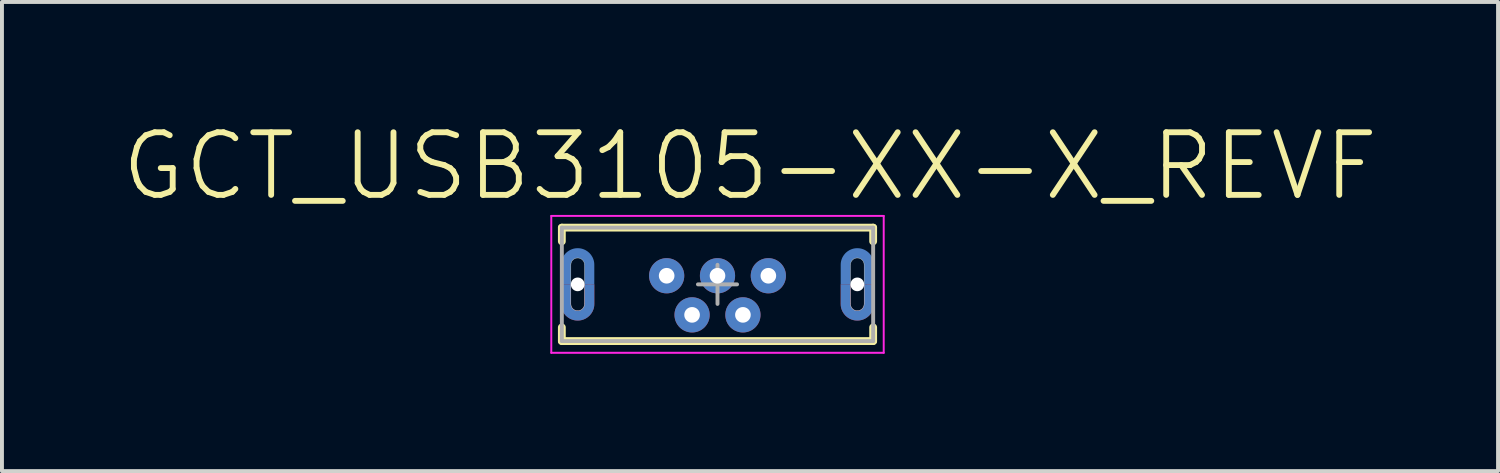
<source format=kicad_pcb>
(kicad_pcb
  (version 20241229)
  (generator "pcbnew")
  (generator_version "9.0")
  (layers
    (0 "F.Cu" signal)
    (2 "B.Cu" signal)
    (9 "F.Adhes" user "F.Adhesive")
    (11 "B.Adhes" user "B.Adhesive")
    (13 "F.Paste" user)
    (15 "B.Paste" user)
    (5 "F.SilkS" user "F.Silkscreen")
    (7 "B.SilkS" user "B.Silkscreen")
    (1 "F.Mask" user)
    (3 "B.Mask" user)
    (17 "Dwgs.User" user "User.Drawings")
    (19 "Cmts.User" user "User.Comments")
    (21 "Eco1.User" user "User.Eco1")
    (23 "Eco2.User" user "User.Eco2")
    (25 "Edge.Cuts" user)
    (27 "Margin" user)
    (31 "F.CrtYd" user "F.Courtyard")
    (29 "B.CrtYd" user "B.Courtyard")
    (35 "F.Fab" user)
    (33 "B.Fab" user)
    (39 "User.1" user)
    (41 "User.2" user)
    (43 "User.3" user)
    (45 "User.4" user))
  (footprint "GCT_USB3105-XX-X_REVF"
    (layer "F.Cu")
    (at 15.296 4.221)
    (property "Reference" "GCT_USB3105-XX-X_REVF" (at 0.831 -3.021 0) (layer "F.SilkS") (effects (font (size 1.602 1.602) (thickness 0.15))))
    (attr through_hole)
    (fp_poly (pts (xy -4.103 -1.025) (xy -3.05 -1.025) (xy -3.05 1.026) (xy -4.103 1.026)) (stroke (width 0.01) (type solid)) (fill yes) (layer "F.Mask"))
    (fp_poly (pts (xy 3.052 -1.025) (xy 4.1 -1.025) (xy 4.1 1.026) (xy 3.052 1.026)) (stroke (width 0.01) (type solid)) (fill yes) (layer "F.Mask"))
    (fp_poly (pts (xy -3.75 0) (xy -4 0) (xy -4 0.5) (xy -3.999 0.522) (xy -3.998 0.544) (xy -3.995 0.566) (xy -3.991 0.588) (xy -3.986 0.61) (xy -3.979 0.631) (xy -3.972 0.652) (xy -3.963 0.673) (xy -3.954 0.693) (xy -3.943 0.713) (xy -3.931 0.731) (xy -3.919 0.75) (xy -3.905 0.767) (xy -3.891 0.784) (xy -3.876 0.801) (xy -3.859 0.816) (xy -3.842 0.83) (xy -3.825 0.844) (xy -3.806 0.856) (xy -3.788 0.868) (xy -3.768 0.879) (xy -3.748 0.888) (xy -3.727 0.897) (xy -3.706 0.904) (xy -3.685 0.911) (xy -3.663 0.916) (xy -3.641 0.92) (xy -3.619 0.923) (xy -3.597 0.924) (xy -3.575 0.925) (xy -3.553 0.924) (xy -3.531 0.923) (xy -3.509 0.92) (xy -3.487 0.916) (xy -3.465 0.911) (xy -3.444 0.904) (xy -3.423 0.897) (xy -3.402 0.888) (xy -3.382 0.879) (xy -3.362 0.868) (xy -3.344 0.856) (xy -3.325 0.844) (xy -3.308 0.83) (xy -3.291 0.816) (xy -3.274 0.801) (xy -3.259 0.784) (xy -3.245 0.767) (xy -3.231 0.75) (xy -3.219 0.731) (xy -3.207 0.712) (xy -3.196 0.693) (xy -3.187 0.673) (xy -3.178 0.652) (xy -3.171 0.631) (xy -3.164 0.61) (xy -3.159 0.588) (xy -3.155 0.566) (xy -3.152 0.544) (xy -3.151 0.522) (xy -3.15 0.5) (xy -3.15 0) (xy -3.4 0) (xy -3.4 0.5) (xy -3.4 0.509) (xy -3.401 0.518) (xy -3.402 0.527) (xy -3.404 0.536) (xy -3.406 0.545) (xy -3.409 0.554) (xy -3.412 0.563) (xy -3.415 0.571) (xy -3.419 0.579) (xy -3.423 0.587) (xy -3.428 0.595) (xy -3.433 0.603) (xy -3.439 0.61) (xy -3.445 0.617) (xy -3.451 0.624) (xy -3.458 0.63) (xy -3.465 0.636) (xy -3.472 0.642) (xy -3.48 0.647) (xy -3.487 0.652) (xy -3.496 0.656) (xy -3.504 0.66) (xy -3.512 0.663) (xy -3.521 0.666) (xy -3.53 0.669) (xy -3.539 0.671) (xy -3.548 0.673) (xy -3.557 0.674) (xy -3.566 0.675) (xy -3.575 0.675) (xy -3.584 0.675) (xy -3.593 0.674) (xy -3.602 0.673) (xy -3.611 0.671) (xy -3.62 0.669) (xy -3.629 0.666) (xy -3.638 0.663) (xy -3.646 0.66) (xy -3.654 0.656) (xy -3.663 0.652) (xy -3.67 0.647) (xy -3.678 0.642) (xy -3.685 0.636) (xy -3.692 0.63) (xy -3.699 0.624) (xy -3.705 0.617) (xy -3.711 0.61) (xy -3.717 0.603) (xy -3.722 0.595) (xy -3.727 0.588) (xy -3.731 0.579) (xy -3.735 0.571) (xy -3.738 0.563) (xy -3.741 0.554) (xy -3.744 0.545) (xy -3.746 0.536) (xy -3.748 0.527) (xy -3.749 0.518) (xy -3.75 0.509) (xy -3.75 0.5) (xy -3.75 0)) (stroke (width 0.001) (type solid)) (fill yes) (layer "B.Cu"))
    (fp_poly (pts (xy -3.4 0) (xy -3.15 0) (xy -3.15 -0.5) (xy -3.151 -0.522) (xy -3.152 -0.544) (xy -3.155 -0.566) (xy -3.159 -0.588) (xy -3.164 -0.61) (xy -3.171 -0.631) (xy -3.178 -0.652) (xy -3.187 -0.673) (xy -3.196 -0.693) (xy -3.207 -0.712) (xy -3.219 -0.731) (xy -3.231 -0.75) (xy -3.245 -0.767) (xy -3.259 -0.784) (xy -3.274 -0.801) (xy -3.291 -0.816) (xy -3.308 -0.83) (xy -3.325 -0.844) (xy -3.344 -0.856) (xy -3.362 -0.868) (xy -3.382 -0.879) (xy -3.402 -0.888) (xy -3.423 -0.897) (xy -3.444 -0.904) (xy -3.465 -0.911) (xy -3.487 -0.916) (xy -3.509 -0.92) (xy -3.531 -0.923) (xy -3.553 -0.924) (xy -3.575 -0.925) (xy -3.597 -0.924) (xy -3.619 -0.923) (xy -3.641 -0.92) (xy -3.663 -0.916) (xy -3.685 -0.911) (xy -3.706 -0.904) (xy -3.727 -0.897) (xy -3.748 -0.888) (xy -3.768 -0.879) (xy -3.788 -0.868) (xy -3.806 -0.856) (xy -3.825 -0.844) (xy -3.842 -0.83) (xy -3.859 -0.816) (xy -3.876 -0.801) (xy -3.891 -0.784) (xy -3.905 -0.767) (xy -3.919 -0.75) (xy -3.931 -0.731) (xy -3.943 -0.713) (xy -3.954 -0.693) (xy -3.963 -0.673) (xy -3.972 -0.652) (xy -3.979 -0.631) (xy -3.986 -0.61) (xy -3.991 -0.588) (xy -3.995 -0.566) (xy -3.998 -0.544) (xy -3.999 -0.522) (xy -4 -0.5) (xy -4 0) (xy -3.75 0) (xy -3.75 -0.5) (xy -3.75 -0.509) (xy -3.749 -0.518) (xy -3.748 -0.527) (xy -3.746 -0.536) (xy -3.744 -0.545) (xy -3.741 -0.554) (xy -3.738 -0.563) (xy -3.735 -0.571) (xy -3.731 -0.579) (xy -3.727 -0.588) (xy -3.722 -0.595) (xy -3.717 -0.603) (xy -3.711 -0.61) (xy -3.705 -0.617) (xy -3.699 -0.624) (xy -3.692 -0.63) (xy -3.685 -0.636) (xy -3.678 -0.642) (xy -3.67 -0.647) (xy -3.663 -0.652) (xy -3.654 -0.656) (xy -3.646 -0.66) (xy -3.638 -0.663) (xy -3.629 -0.666) (xy -3.62 -0.669) (xy -3.611 -0.671) (xy -3.602 -0.673) (xy -3.593 -0.674) (xy -3.584 -0.675) (xy -3.575 -0.675) (xy -3.566 -0.675) (xy -3.557 -0.674) (xy -3.548 -0.673) (xy -3.539 -0.671) (xy -3.53 -0.669) (xy -3.521 -0.666) (xy -3.512 -0.663) (xy -3.504 -0.66) (xy -3.496 -0.656) (xy -3.487 -0.652) (xy -3.48 -0.647) (xy -3.472 -0.642) (xy -3.465 -0.636) (xy -3.458 -0.63) (xy -3.451 -0.624) (xy -3.445 -0.617) (xy -3.439 -0.61) (xy -3.433 -0.603) (xy -3.428 -0.595) (xy -3.423 -0.587) (xy -3.419 -0.579) (xy -3.415 -0.571) (xy -3.412 -0.563) (xy -3.409 -0.554) (xy -3.406 -0.545) (xy -3.404 -0.536) (xy -3.402 -0.527) (xy -3.401 -0.518) (xy -3.4 -0.509) (xy -3.4 -0.5) (xy -3.4 0)) (stroke (width 0.001) (type solid)) (fill yes) (layer "B.Cu"))
    (fp_poly (pts (xy 3.4 0) (xy 3.15 0) (xy 3.15 0.5) (xy 3.151 0.522) (xy 3.152 0.544) (xy 3.155 0.566) (xy 3.159 0.588) (xy 3.164 0.61) (xy 3.171 0.631) (xy 3.178 0.652) (xy 3.187 0.673) (xy 3.196 0.693) (xy 3.207 0.712) (xy 3.219 0.731) (xy 3.231 0.75) (xy 3.245 0.767) (xy 3.259 0.784) (xy 3.274 0.801) (xy 3.291 0.816) (xy 3.308 0.83) (xy 3.325 0.844) (xy 3.344 0.856) (xy 3.362 0.868) (xy 3.382 0.879) (xy 3.402 0.888) (xy 3.423 0.897) (xy 3.444 0.904) (xy 3.465 0.911) (xy 3.487 0.916) (xy 3.509 0.92) (xy 3.531 0.923) (xy 3.553 0.924) (xy 3.575 0.925) (xy 3.597 0.924) (xy 3.619 0.923) (xy 3.641 0.92) (xy 3.663 0.916) (xy 3.685 0.911) (xy 3.706 0.904) (xy 3.727 0.897) (xy 3.748 0.888) (xy 3.768 0.879) (xy 3.788 0.868) (xy 3.806 0.856) (xy 3.825 0.844) (xy 3.842 0.83) (xy 3.859 0.816) (xy 3.876 0.801) (xy 3.891 0.784) (xy 3.905 0.767) (xy 3.919 0.75) (xy 3.931 0.731) (xy 3.943 0.713) (xy 3.954 0.693) (xy 3.963 0.673) (xy 3.972 0.652) (xy 3.979 0.631) (xy 3.986 0.61) (xy 3.991 0.588) (xy 3.995 0.566) (xy 3.998 0.544) (xy 3.999 0.522) (xy 4 0.5) (xy 4 0) (xy 3.75 0) (xy 3.75 0.5) (xy 3.75 0.509) (xy 3.749 0.518) (xy 3.748 0.527) (xy 3.746 0.536) (xy 3.744 0.545) (xy 3.741 0.554) (xy 3.738 0.563) (xy 3.735 0.571) (xy 3.731 0.579) (xy 3.727 0.588) (xy 3.722 0.595) (xy 3.717 0.603) (xy 3.711 0.61) (xy 3.705 0.617) (xy 3.699 0.624) (xy 3.692 0.63) (xy 3.685 0.636) (xy 3.678 0.642) (xy 3.67 0.647) (xy 3.663 0.652) (xy 3.654 0.656) (xy 3.646 0.66) (xy 3.638 0.663) (xy 3.629 0.666) (xy 3.62 0.669) (xy 3.611 0.671) (xy 3.602 0.673) (xy 3.593 0.674) (xy 3.584 0.675) (xy 3.575 0.675) (xy 3.566 0.675) (xy 3.557 0.674) (xy 3.548 0.673) (xy 3.539 0.671) (xy 3.53 0.669) (xy 3.521 0.666) (xy 3.512 0.663) (xy 3.504 0.66) (xy 3.496 0.656) (xy 3.487 0.652) (xy 3.48 0.647) (xy 3.472 0.642) (xy 3.465 0.636) (xy 3.458 0.63) (xy 3.451 0.624) (xy 3.445 0.617) (xy 3.439 0.61) (xy 3.433 0.603) (xy 3.428 0.595) (xy 3.423 0.587) (xy 3.419 0.579) (xy 3.415 0.571) (xy 3.412 0.563) (xy 3.409 0.554) (xy 3.406 0.545) (xy 3.404 0.536) (xy 3.402 0.527) (xy 3.401 0.518) (xy 3.4 0.509) (xy 3.4 0.5) (xy 3.4 0)) (stroke (width 0.001) (type solid)) (fill yes) (layer "B.Cu"))
    (fp_poly (pts (xy 3.75 0) (xy 4 0) (xy 4 -0.5) (xy 3.999 -0.522) (xy 3.998 -0.544) (xy 3.995 -0.566) (xy 3.991 -0.588) (xy 3.986 -0.61) (xy 3.979 -0.631) (xy 3.972 -0.652) (xy 3.963 -0.673) (xy 3.954 -0.693) (xy 3.943 -0.713) (xy 3.931 -0.731) (xy 3.919 -0.75) (xy 3.905 -0.767) (xy 3.891 -0.784) (xy 3.876 -0.801) (xy 3.859 -0.816) (xy 3.842 -0.83) (xy 3.825 -0.844) (xy 3.806 -0.856) (xy 3.788 -0.868) (xy 3.768 -0.879) (xy 3.748 -0.888) (xy 3.727 -0.897) (xy 3.706 -0.904) (xy 3.685 -0.911) (xy 3.663 -0.916) (xy 3.641 -0.92) (xy 3.619 -0.923) (xy 3.597 -0.924) (xy 3.575 -0.925) (xy 3.553 -0.924) (xy 3.531 -0.923) (xy 3.509 -0.92) (xy 3.487 -0.916) (xy 3.465 -0.911) (xy 3.444 -0.904) (xy 3.423 -0.897) (xy 3.402 -0.888) (xy 3.382 -0.879) (xy 3.362 -0.868) (xy 3.344 -0.856) (xy 3.325 -0.844) (xy 3.308 -0.83) (xy 3.291 -0.816) (xy 3.274 -0.801) (xy 3.259 -0.784) (xy 3.245 -0.767) (xy 3.231 -0.75) (xy 3.219 -0.731) (xy 3.207 -0.712) (xy 3.196 -0.693) (xy 3.187 -0.673) (xy 3.178 -0.652) (xy 3.171 -0.631) (xy 3.164 -0.61) (xy 3.159 -0.588) (xy 3.155 -0.566) (xy 3.152 -0.544) (xy 3.151 -0.522) (xy 3.15 -0.5) (xy 3.15 0) (xy 3.4 0) (xy 3.4 -0.5) (xy 3.4 -0.509) (xy 3.401 -0.518) (xy 3.402 -0.527) (xy 3.404 -0.536) (xy 3.406 -0.545) (xy 3.409 -0.554) (xy 3.412 -0.563) (xy 3.415 -0.571) (xy 3.419 -0.579) (xy 3.423 -0.587) (xy 3.428 -0.595) (xy 3.433 -0.603) (xy 3.439 -0.61) (xy 3.445 -0.617) (xy 3.451 -0.624) (xy 3.458 -0.63) (xy 3.465 -0.636) (xy 3.472 -0.642) (xy 3.48 -0.647) (xy 3.487 -0.652) (xy 3.496 -0.656) (xy 3.504 -0.66) (xy 3.512 -0.663) (xy 3.521 -0.666) (xy 3.53 -0.669) (xy 3.539 -0.671) (xy 3.548 -0.673) (xy 3.557 -0.674) (xy 3.566 -0.675) (xy 3.575 -0.675) (xy 3.584 -0.675) (xy 3.593 -0.674) (xy 3.602 -0.673) (xy 3.611 -0.671) (xy 3.62 -0.669) (xy 3.629 -0.666) (xy 3.638 -0.663) (xy 3.646 -0.66) (xy 3.654 -0.656) (xy 3.663 -0.652) (xy 3.67 -0.647) (xy 3.678 -0.642) (xy 3.685 -0.636) (xy 3.692 -0.63) (xy 3.699 -0.624) (xy 3.705 -0.617) (xy 3.711 -0.61) (xy 3.717 -0.603) (xy 3.722 -0.595) (xy 3.727 -0.588) (xy 3.731 -0.579) (xy 3.735 -0.571) (xy 3.738 -0.563) (xy 3.741 -0.554) (xy 3.744 -0.545) (xy 3.746 -0.536) (xy 3.748 -0.527) (xy 3.749 -0.518) (xy 3.75 -0.509) (xy 3.75 -0.5) (xy 3.75 0)) (stroke (width 0.001) (type solid)) (fill yes) (layer "B.Cu"))
    (fp_poly (pts (xy -4.108 -1.025) (xy -3.05 -1.025) (xy -3.05 1.027) (xy -4.108 1.027)) (stroke (width 0.01) (type solid)) (fill yes) (layer "B.Mask"))
    (fp_poly (pts (xy 3.053 -1.025) (xy 4.1 -1.025) (xy 4.1 1.026) (xy 3.053 1.026)) (stroke (width 0.01) (type solid)) (fill yes) (layer "B.Mask"))
    (fp_line (start -3.98 -1.45) (end 3.98 -1.45) (stroke (width 0.2) (type solid)) (layer "F.SilkS"))
    (fp_line (start -3.98 -1.1) (end -3.98 -1.45) (stroke (width 0.2) (type solid)) (layer "F.SilkS"))
    (fp_line (start -3.98 1.45) (end -3.98 1.1) (stroke (width 0.2) (type solid)) (layer "F.SilkS"))
    (fp_line (start -3.98 1.45) (end 3.98 1.45) (stroke (width 0.2) (type solid)) (layer "F.SilkS"))
    (fp_line (start 3.98 -1.1) (end 3.98 -1.45) (stroke (width 0.2) (type solid)) (layer "F.SilkS"))
    (fp_line (start 3.98 1.45) (end 3.98 1.1) (stroke (width 0.2) (type solid)) (layer "F.SilkS"))
    (fp_poly (pts (xy -3.75 0) (xy -4 0) (xy -4 0.5) (xy -3.999 0.522) (xy -3.998 0.544) (xy -3.995 0.566) (xy -3.991 0.588) (xy -3.986 0.61) (xy -3.979 0.631) (xy -3.972 0.652) (xy -3.963 0.673) (xy -3.954 0.693) (xy -3.943 0.713) (xy -3.931 0.731) (xy -3.919 0.75) (xy -3.905 0.767) (xy -3.891 0.784) (xy -3.876 0.801) (xy -3.859 0.816) (xy -3.842 0.83) (xy -3.825 0.844) (xy -3.806 0.856) (xy -3.788 0.868) (xy -3.768 0.879) (xy -3.748 0.888) (xy -3.727 0.897) (xy -3.706 0.904) (xy -3.685 0.911) (xy -3.663 0.916) (xy -3.641 0.92) (xy -3.619 0.923) (xy -3.597 0.924) (xy -3.575 0.925) (xy -3.553 0.924) (xy -3.531 0.923) (xy -3.509 0.92) (xy -3.487 0.916) (xy -3.465 0.911) (xy -3.444 0.904) (xy -3.423 0.897) (xy -3.402 0.888) (xy -3.382 0.879) (xy -3.362 0.868) (xy -3.344 0.856) (xy -3.325 0.844) (xy -3.308 0.83) (xy -3.291 0.816) (xy -3.274 0.801) (xy -3.259 0.784) (xy -3.245 0.767) (xy -3.231 0.75) (xy -3.219 0.731) (xy -3.207 0.712) (xy -3.196 0.693) (xy -3.187 0.673) (xy -3.178 0.652) (xy -3.171 0.631) (xy -3.164 0.61) (xy -3.159 0.588) (xy -3.155 0.566) (xy -3.152 0.544) (xy -3.151 0.522) (xy -3.15 0.5) (xy -3.15 0) (xy -3.4 0) (xy -3.4 0.5) (xy -3.4 0.509) (xy -3.401 0.518) (xy -3.402 0.527) (xy -3.404 0.536) (xy -3.406 0.545) (xy -3.409 0.554) (xy -3.412 0.563) (xy -3.415 0.571) (xy -3.419 0.579) (xy -3.423 0.587) (xy -3.428 0.595) (xy -3.433 0.603) (xy -3.439 0.61) (xy -3.445 0.617) (xy -3.451 0.624) (xy -3.458 0.63) (xy -3.465 0.636) (xy -3.472 0.642) (xy -3.48 0.647) (xy -3.487 0.652) (xy -3.496 0.656) (xy -3.504 0.66) (xy -3.512 0.663) (xy -3.521 0.666) (xy -3.53 0.669) (xy -3.539 0.671) (xy -3.548 0.673) (xy -3.557 0.674) (xy -3.566 0.675) (xy -3.575 0.675) (xy -3.584 0.675) (xy -3.593 0.674) (xy -3.602 0.673) (xy -3.611 0.671) (xy -3.62 0.669) (xy -3.629 0.666) (xy -3.638 0.663) (xy -3.646 0.66) (xy -3.654 0.656) (xy -3.663 0.652) (xy -3.67 0.647) (xy -3.678 0.642) (xy -3.685 0.636) (xy -3.692 0.63) (xy -3.699 0.624) (xy -3.705 0.617) (xy -3.711 0.61) (xy -3.717 0.603) (xy -3.722 0.595) (xy -3.727 0.588) (xy -3.731 0.579) (xy -3.735 0.571) (xy -3.738 0.563) (xy -3.741 0.554) (xy -3.744 0.545) (xy -3.746 0.536) (xy -3.748 0.527) (xy -3.749 0.518) (xy -3.75 0.509) (xy -3.75 0.5) (xy -3.75 0)) (stroke (width 0.001) (type solid)) (fill yes) (layer "F.Paste"))
    (fp_poly (pts (xy -3.4 0) (xy -3.15 0) (xy -3.15 -0.5) (xy -3.151 -0.522) (xy -3.152 -0.544) (xy -3.155 -0.566) (xy -3.159 -0.588) (xy -3.164 -0.61) (xy -3.171 -0.631) (xy -3.178 -0.652) (xy -3.187 -0.673) (xy -3.196 -0.693) (xy -3.207 -0.712) (xy -3.219 -0.731) (xy -3.231 -0.75) (xy -3.245 -0.767) (xy -3.259 -0.784) (xy -3.274 -0.801) (xy -3.291 -0.816) (xy -3.308 -0.83) (xy -3.325 -0.844) (xy -3.344 -0.856) (xy -3.362 -0.868) (xy -3.382 -0.879) (xy -3.402 -0.888) (xy -3.423 -0.897) (xy -3.444 -0.904) (xy -3.465 -0.911) (xy -3.487 -0.916) (xy -3.509 -0.92) (xy -3.531 -0.923) (xy -3.553 -0.924) (xy -3.575 -0.925) (xy -3.597 -0.924) (xy -3.619 -0.923) (xy -3.641 -0.92) (xy -3.663 -0.916) (xy -3.685 -0.911) (xy -3.706 -0.904) (xy -3.727 -0.897) (xy -3.748 -0.888) (xy -3.768 -0.879) (xy -3.788 -0.868) (xy -3.806 -0.856) (xy -3.825 -0.844) (xy -3.842 -0.83) (xy -3.859 -0.816) (xy -3.876 -0.801) (xy -3.891 -0.784) (xy -3.905 -0.767) (xy -3.919 -0.75) (xy -3.931 -0.731) (xy -3.943 -0.713) (xy -3.954 -0.693) (xy -3.963 -0.673) (xy -3.972 -0.652) (xy -3.979 -0.631) (xy -3.986 -0.61) (xy -3.991 -0.588) (xy -3.995 -0.566) (xy -3.998 -0.544) (xy -3.999 -0.522) (xy -4 -0.5) (xy -4 0) (xy -3.75 0) (xy -3.75 -0.5) (xy -3.75 -0.509) (xy -3.749 -0.518) (xy -3.748 -0.527) (xy -3.746 -0.536) (xy -3.744 -0.545) (xy -3.741 -0.554) (xy -3.738 -0.563) (xy -3.735 -0.571) (xy -3.731 -0.579) (xy -3.727 -0.588) (xy -3.722 -0.595) (xy -3.717 -0.603) (xy -3.711 -0.61) (xy -3.705 -0.617) (xy -3.699 -0.624) (xy -3.692 -0.63) (xy -3.685 -0.636) (xy -3.678 -0.642) (xy -3.67 -0.647) (xy -3.663 -0.652) (xy -3.654 -0.656) (xy -3.646 -0.66) (xy -3.638 -0.663) (xy -3.629 -0.666) (xy -3.62 -0.669) (xy -3.611 -0.671) (xy -3.602 -0.673) (xy -3.593 -0.674) (xy -3.584 -0.675) (xy -3.575 -0.675) (xy -3.566 -0.675) (xy -3.557 -0.674) (xy -3.548 -0.673) (xy -3.539 -0.671) (xy -3.53 -0.669) (xy -3.521 -0.666) (xy -3.512 -0.663) (xy -3.504 -0.66) (xy -3.496 -0.656) (xy -3.487 -0.652) (xy -3.48 -0.647) (xy -3.472 -0.642) (xy -3.465 -0.636) (xy -3.458 -0.63) (xy -3.451 -0.624) (xy -3.445 -0.617) (xy -3.439 -0.61) (xy -3.433 -0.603) (xy -3.428 -0.595) (xy -3.423 -0.587) (xy -3.419 -0.579) (xy -3.415 -0.571) (xy -3.412 -0.563) (xy -3.409 -0.554) (xy -3.406 -0.545) (xy -3.404 -0.536) (xy -3.402 -0.527) (xy -3.401 -0.518) (xy -3.4 -0.509) (xy -3.4 -0.5) (xy -3.4 0)) (stroke (width 0.001) (type solid)) (fill yes) (layer "F.Paste"))
    (fp_poly (pts (xy 3.4 0) (xy 3.15 0) (xy 3.15 0.5) (xy 3.151 0.522) (xy 3.152 0.544) (xy 3.155 0.566) (xy 3.159 0.588) (xy 3.164 0.61) (xy 3.171 0.631) (xy 3.178 0.652) (xy 3.187 0.673) (xy 3.196 0.693) (xy 3.207 0.712) (xy 3.219 0.731) (xy 3.231 0.75) (xy 3.245 0.767) (xy 3.259 0.784) (xy 3.274 0.801) (xy 3.291 0.816) (xy 3.308 0.83) (xy 3.325 0.844) (xy 3.344 0.856) (xy 3.362 0.868) (xy 3.382 0.879) (xy 3.402 0.888) (xy 3.423 0.897) (xy 3.444 0.904) (xy 3.465 0.911) (xy 3.487 0.916) (xy 3.509 0.92) (xy 3.531 0.923) (xy 3.553 0.924) (xy 3.575 0.925) (xy 3.597 0.924) (xy 3.619 0.923) (xy 3.641 0.92) (xy 3.663 0.916) (xy 3.685 0.911) (xy 3.706 0.904) (xy 3.727 0.897) (xy 3.748 0.888) (xy 3.768 0.879) (xy 3.788 0.868) (xy 3.806 0.856) (xy 3.825 0.844) (xy 3.842 0.83) (xy 3.859 0.816) (xy 3.876 0.801) (xy 3.891 0.784) (xy 3.905 0.767) (xy 3.919 0.75) (xy 3.931 0.731) (xy 3.943 0.713) (xy 3.954 0.693) (xy 3.963 0.673) (xy 3.972 0.652) (xy 3.979 0.631) (xy 3.986 0.61) (xy 3.991 0.588) (xy 3.995 0.566) (xy 3.998 0.544) (xy 3.999 0.522) (xy 4 0.5) (xy 4 0) (xy 3.75 0) (xy 3.75 0.5) (xy 3.75 0.509) (xy 3.749 0.518) (xy 3.748 0.527) (xy 3.746 0.536) (xy 3.744 0.545) (xy 3.741 0.554) (xy 3.738 0.563) (xy 3.735 0.571) (xy 3.731 0.579) (xy 3.727 0.588) (xy 3.722 0.595) (xy 3.717 0.603) (xy 3.711 0.61) (xy 3.705 0.617) (xy 3.699 0.624) (xy 3.692 0.63) (xy 3.685 0.636) (xy 3.678 0.642) (xy 3.67 0.647) (xy 3.663 0.652) (xy 3.654 0.656) (xy 3.646 0.66) (xy 3.638 0.663) (xy 3.629 0.666) (xy 3.62 0.669) (xy 3.611 0.671) (xy 3.602 0.673) (xy 3.593 0.674) (xy 3.584 0.675) (xy 3.575 0.675) (xy 3.566 0.675) (xy 3.557 0.674) (xy 3.548 0.673) (xy 3.539 0.671) (xy 3.53 0.669) (xy 3.521 0.666) (xy 3.512 0.663) (xy 3.504 0.66) (xy 3.496 0.656) (xy 3.487 0.652) (xy 3.48 0.647) (xy 3.472 0.642) (xy 3.465 0.636) (xy 3.458 0.63) (xy 3.451 0.624) (xy 3.445 0.617) (xy 3.439 0.61) (xy 3.433 0.603) (xy 3.428 0.595) (xy 3.423 0.587) (xy 3.419 0.579) (xy 3.415 0.571) (xy 3.412 0.563) (xy 3.409 0.554) (xy 3.406 0.545) (xy 3.404 0.536) (xy 3.402 0.527) (xy 3.401 0.518) (xy 3.4 0.509) (xy 3.4 0.5) (xy 3.4 0)) (stroke (width 0.001) (type solid)) (fill yes) (layer "F.Paste"))
    (fp_poly (pts (xy 3.75 0) (xy 4 0) (xy 4 -0.5) (xy 3.999 -0.522) (xy 3.998 -0.544) (xy 3.995 -0.566) (xy 3.991 -0.588) (xy 3.986 -0.61) (xy 3.979 -0.631) (xy 3.972 -0.652) (xy 3.963 -0.673) (xy 3.954 -0.693) (xy 3.943 -0.713) (xy 3.931 -0.731) (xy 3.919 -0.75) (xy 3.905 -0.767) (xy 3.891 -0.784) (xy 3.876 -0.801) (xy 3.859 -0.816) (xy 3.842 -0.83) (xy 3.825 -0.844) (xy 3.806 -0.856) (xy 3.788 -0.868) (xy 3.768 -0.879) (xy 3.748 -0.888) (xy 3.727 -0.897) (xy 3.706 -0.904) (xy 3.685 -0.911) (xy 3.663 -0.916) (xy 3.641 -0.92) (xy 3.619 -0.923) (xy 3.597 -0.924) (xy 3.575 -0.925) (xy 3.553 -0.924) (xy 3.531 -0.923) (xy 3.509 -0.92) (xy 3.487 -0.916) (xy 3.465 -0.911) (xy 3.444 -0.904) (xy 3.423 -0.897) (xy 3.402 -0.888) (xy 3.382 -0.879) (xy 3.362 -0.868) (xy 3.344 -0.856) (xy 3.325 -0.844) (xy 3.308 -0.83) (xy 3.291 -0.816) (xy 3.274 -0.801) (xy 3.259 -0.784) (xy 3.245 -0.767) (xy 3.231 -0.75) (xy 3.219 -0.731) (xy 3.207 -0.712) (xy 3.196 -0.693) (xy 3.187 -0.673) (xy 3.178 -0.652) (xy 3.171 -0.631) (xy 3.164 -0.61) (xy 3.159 -0.588) (xy 3.155 -0.566) (xy 3.152 -0.544) (xy 3.151 -0.522) (xy 3.15 -0.5) (xy 3.15 0) (xy 3.4 0) (xy 3.4 -0.5) (xy 3.4 -0.509) (xy 3.401 -0.518) (xy 3.402 -0.527) (xy 3.404 -0.536) (xy 3.406 -0.545) (xy 3.409 -0.554) (xy 3.412 -0.563) (xy 3.415 -0.571) (xy 3.419 -0.579) (xy 3.423 -0.587) (xy 3.428 -0.595) (xy 3.433 -0.603) (xy 3.439 -0.61) (xy 3.445 -0.617) (xy 3.451 -0.624) (xy 3.458 -0.63) (xy 3.465 -0.636) (xy 3.472 -0.642) (xy 3.48 -0.647) (xy 3.487 -0.652) (xy 3.496 -0.656) (xy 3.504 -0.66) (xy 3.512 -0.663) (xy 3.521 -0.666) (xy 3.53 -0.669) (xy 3.539 -0.671) (xy 3.548 -0.673) (xy 3.557 -0.674) (xy 3.566 -0.675) (xy 3.575 -0.675) (xy 3.584 -0.675) (xy 3.593 -0.674) (xy 3.602 -0.673) (xy 3.611 -0.671) (xy 3.62 -0.669) (xy 3.629 -0.666) (xy 3.638 -0.663) (xy 3.646 -0.66) (xy 3.654 -0.656) (xy 3.663 -0.652) (xy 3.67 -0.647) (xy 3.678 -0.642) (xy 3.685 -0.636) (xy 3.692 -0.63) (xy 3.699 -0.624) (xy 3.705 -0.617) (xy 3.711 -0.61) (xy 3.717 -0.603) (xy 3.722 -0.595) (xy 3.727 -0.588) (xy 3.731 -0.579) (xy 3.735 -0.571) (xy 3.738 -0.563) (xy 3.741 -0.554) (xy 3.744 -0.545) (xy 3.746 -0.536) (xy 3.748 -0.527) (xy 3.749 -0.518) (xy 3.75 -0.509) (xy 3.75 -0.5) (xy 3.75 0)) (stroke (width 0.001) (type solid)) (fill yes) (layer "F.Paste"))
    (fp_poly (pts (xy -3.75 0) (xy -4 0) (xy -4 0.5) (xy -3.999 0.522) (xy -3.998 0.544) (xy -3.995 0.566) (xy -3.991 0.588) (xy -3.986 0.61) (xy -3.979 0.631) (xy -3.972 0.652) (xy -3.963 0.673) (xy -3.954 0.693) (xy -3.943 0.713) (xy -3.931 0.731) (xy -3.919 0.75) (xy -3.905 0.767) (xy -3.891 0.784) (xy -3.876 0.801) (xy -3.859 0.816) (xy -3.842 0.83) (xy -3.825 0.844) (xy -3.806 0.856) (xy -3.788 0.868) (xy -3.768 0.879) (xy -3.748 0.888) (xy -3.727 0.897) (xy -3.706 0.904) (xy -3.685 0.911) (xy -3.663 0.916) (xy -3.641 0.92) (xy -3.619 0.923) (xy -3.597 0.924) (xy -3.575 0.925) (xy -3.553 0.924) (xy -3.531 0.923) (xy -3.509 0.92) (xy -3.487 0.916) (xy -3.465 0.911) (xy -3.444 0.904) (xy -3.423 0.897) (xy -3.402 0.888) (xy -3.382 0.879) (xy -3.362 0.868) (xy -3.344 0.856) (xy -3.325 0.844) (xy -3.308 0.83) (xy -3.291 0.816) (xy -3.274 0.801) (xy -3.259 0.784) (xy -3.245 0.767) (xy -3.231 0.75) (xy -3.219 0.731) (xy -3.207 0.712) (xy -3.196 0.693) (xy -3.187 0.673) (xy -3.178 0.652) (xy -3.171 0.631) (xy -3.164 0.61) (xy -3.159 0.588) (xy -3.155 0.566) (xy -3.152 0.544) (xy -3.151 0.522) (xy -3.15 0.5) (xy -3.15 0) (xy -3.4 0) (xy -3.4 0.5) (xy -3.4 0.509) (xy -3.401 0.518) (xy -3.402 0.527) (xy -3.404 0.536) (xy -3.406 0.545) (xy -3.409 0.554) (xy -3.412 0.563) (xy -3.415 0.571) (xy -3.419 0.579) (xy -3.423 0.587) (xy -3.428 0.595) (xy -3.433 0.603) (xy -3.439 0.61) (xy -3.445 0.617) (xy -3.451 0.624) (xy -3.458 0.63) (xy -3.465 0.636) (xy -3.472 0.642) (xy -3.48 0.647) (xy -3.487 0.652) (xy -3.496 0.656) (xy -3.504 0.66) (xy -3.512 0.663) (xy -3.521 0.666) (xy -3.53 0.669) (xy -3.539 0.671) (xy -3.548 0.673) (xy -3.557 0.674) (xy -3.566 0.675) (xy -3.575 0.675) (xy -3.584 0.675) (xy -3.593 0.674) (xy -3.602 0.673) (xy -3.611 0.671) (xy -3.62 0.669) (xy -3.629 0.666) (xy -3.638 0.663) (xy -3.646 0.66) (xy -3.654 0.656) (xy -3.663 0.652) (xy -3.67 0.647) (xy -3.678 0.642) (xy -3.685 0.636) (xy -3.692 0.63) (xy -3.699 0.624) (xy -3.705 0.617) (xy -3.711 0.61) (xy -3.717 0.603) (xy -3.722 0.595) (xy -3.727 0.588) (xy -3.731 0.579) (xy -3.735 0.571) (xy -3.738 0.563) (xy -3.741 0.554) (xy -3.744 0.545) (xy -3.746 0.536) (xy -3.748 0.527) (xy -3.749 0.518) (xy -3.75 0.509) (xy -3.75 0.5) (xy -3.75 0)) (stroke (width 0.001) (type solid)) (fill yes) (layer "B.Paste"))
    (fp_poly (pts (xy -3.4 0) (xy -3.15 0) (xy -3.15 -0.5) (xy -3.151 -0.522) (xy -3.152 -0.544) (xy -3.155 -0.566) (xy -3.159 -0.588) (xy -3.164 -0.61) (xy -3.171 -0.631) (xy -3.178 -0.652) (xy -3.187 -0.673) (xy -3.196 -0.693) (xy -3.207 -0.712) (xy -3.219 -0.731) (xy -3.231 -0.75) (xy -3.245 -0.767) (xy -3.259 -0.784) (xy -3.274 -0.801) (xy -3.291 -0.816) (xy -3.308 -0.83) (xy -3.325 -0.844) (xy -3.344 -0.856) (xy -3.362 -0.868) (xy -3.382 -0.879) (xy -3.402 -0.888) (xy -3.423 -0.897) (xy -3.444 -0.904) (xy -3.465 -0.911) (xy -3.487 -0.916) (xy -3.509 -0.92) (xy -3.531 -0.923) (xy -3.553 -0.924) (xy -3.575 -0.925) (xy -3.597 -0.924) (xy -3.619 -0.923) (xy -3.641 -0.92) (xy -3.663 -0.916) (xy -3.685 -0.911) (xy -3.706 -0.904) (xy -3.727 -0.897) (xy -3.748 -0.888) (xy -3.768 -0.879) (xy -3.788 -0.868) (xy -3.806 -0.856) (xy -3.825 -0.844) (xy -3.842 -0.83) (xy -3.859 -0.816) (xy -3.876 -0.801) (xy -3.891 -0.784) (xy -3.905 -0.767) (xy -3.919 -0.75) (xy -3.931 -0.731) (xy -3.943 -0.713) (xy -3.954 -0.693) (xy -3.963 -0.673) (xy -3.972 -0.652) (xy -3.979 -0.631) (xy -3.986 -0.61) (xy -3.991 -0.588) (xy -3.995 -0.566) (xy -3.998 -0.544) (xy -3.999 -0.522) (xy -4 -0.5) (xy -4 0) (xy -3.75 0) (xy -3.75 -0.5) (xy -3.75 -0.509) (xy -3.749 -0.518) (xy -3.748 -0.527) (xy -3.746 -0.536) (xy -3.744 -0.545) (xy -3.741 -0.554) (xy -3.738 -0.563) (xy -3.735 -0.571) (xy -3.731 -0.579) (xy -3.727 -0.588) (xy -3.722 -0.595) (xy -3.717 -0.603) (xy -3.711 -0.61) (xy -3.705 -0.617) (xy -3.699 -0.624) (xy -3.692 -0.63) (xy -3.685 -0.636) (xy -3.678 -0.642) (xy -3.67 -0.647) (xy -3.663 -0.652) (xy -3.654 -0.656) (xy -3.646 -0.66) (xy -3.638 -0.663) (xy -3.629 -0.666) (xy -3.62 -0.669) (xy -3.611 -0.671) (xy -3.602 -0.673) (xy -3.593 -0.674) (xy -3.584 -0.675) (xy -3.575 -0.675) (xy -3.566 -0.675) (xy -3.557 -0.674) (xy -3.548 -0.673) (xy -3.539 -0.671) (xy -3.53 -0.669) (xy -3.521 -0.666) (xy -3.512 -0.663) (xy -3.504 -0.66) (xy -3.496 -0.656) (xy -3.487 -0.652) (xy -3.48 -0.647) (xy -3.472 -0.642) (xy -3.465 -0.636) (xy -3.458 -0.63) (xy -3.451 -0.624) (xy -3.445 -0.617) (xy -3.439 -0.61) (xy -3.433 -0.603) (xy -3.428 -0.595) (xy -3.423 -0.587) (xy -3.419 -0.579) (xy -3.415 -0.571) (xy -3.412 -0.563) (xy -3.409 -0.554) (xy -3.406 -0.545) (xy -3.404 -0.536) (xy -3.402 -0.527) (xy -3.401 -0.518) (xy -3.4 -0.509) (xy -3.4 -0.5) (xy -3.4 0)) (stroke (width 0.001) (type solid)) (fill yes) (layer "B.Paste"))
    (fp_poly (pts (xy 3.4 0) (xy 3.15 0) (xy 3.15 0.5) (xy 3.151 0.522) (xy 3.152 0.544) (xy 3.155 0.566) (xy 3.159 0.588) (xy 3.164 0.61) (xy 3.171 0.631) (xy 3.178 0.652) (xy 3.187 0.673) (xy 3.196 0.693) (xy 3.207 0.712) (xy 3.219 0.731) (xy 3.231 0.75) (xy 3.245 0.767) (xy 3.259 0.784) (xy 3.274 0.801) (xy 3.291 0.816) (xy 3.308 0.83) (xy 3.325 0.844) (xy 3.344 0.856) (xy 3.362 0.868) (xy 3.382 0.879) (xy 3.402 0.888) (xy 3.423 0.897) (xy 3.444 0.904) (xy 3.465 0.911) (xy 3.487 0.916) (xy 3.509 0.92) (xy 3.531 0.923) (xy 3.553 0.924) (xy 3.575 0.925) (xy 3.597 0.924) (xy 3.619 0.923) (xy 3.641 0.92) (xy 3.663 0.916) (xy 3.685 0.911) (xy 3.706 0.904) (xy 3.727 0.897) (xy 3.748 0.888) (xy 3.768 0.879) (xy 3.788 0.868) (xy 3.806 0.856) (xy 3.825 0.844) (xy 3.842 0.83) (xy 3.859 0.816) (xy 3.876 0.801) (xy 3.891 0.784) (xy 3.905 0.767) (xy 3.919 0.75) (xy 3.931 0.731) (xy 3.943 0.713) (xy 3.954 0.693) (xy 3.963 0.673) (xy 3.972 0.652) (xy 3.979 0.631) (xy 3.986 0.61) (xy 3.991 0.588) (xy 3.995 0.566) (xy 3.998 0.544) (xy 3.999 0.522) (xy 4 0.5) (xy 4 0) (xy 3.75 0) (xy 3.75 0.5) (xy 3.75 0.509) (xy 3.749 0.518) (xy 3.748 0.527) (xy 3.746 0.536) (xy 3.744 0.545) (xy 3.741 0.554) (xy 3.738 0.563) (xy 3.735 0.571) (xy 3.731 0.579) (xy 3.727 0.588) (xy 3.722 0.595) (xy 3.717 0.603) (xy 3.711 0.61) (xy 3.705 0.617) (xy 3.699 0.624) (xy 3.692 0.63) (xy 3.685 0.636) (xy 3.678 0.642) (xy 3.67 0.647) (xy 3.663 0.652) (xy 3.654 0.656) (xy 3.646 0.66) (xy 3.638 0.663) (xy 3.629 0.666) (xy 3.62 0.669) (xy 3.611 0.671) (xy 3.602 0.673) (xy 3.593 0.674) (xy 3.584 0.675) (xy 3.575 0.675) (xy 3.566 0.675) (xy 3.557 0.674) (xy 3.548 0.673) (xy 3.539 0.671) (xy 3.53 0.669) (xy 3.521 0.666) (xy 3.512 0.663) (xy 3.504 0.66) (xy 3.496 0.656) (xy 3.487 0.652) (xy 3.48 0.647) (xy 3.472 0.642) (xy 3.465 0.636) (xy 3.458 0.63) (xy 3.451 0.624) (xy 3.445 0.617) (xy 3.439 0.61) (xy 3.433 0.603) (xy 3.428 0.595) (xy 3.423 0.587) (xy 3.419 0.579) (xy 3.415 0.571) (xy 3.412 0.563) (xy 3.409 0.554) (xy 3.406 0.545) (xy 3.404 0.536) (xy 3.402 0.527) (xy 3.401 0.518) (xy 3.4 0.509) (xy 3.4 0.5) (xy 3.4 0)) (stroke (width 0.001) (type solid)) (fill yes) (layer "B.Paste"))
    (fp_poly (pts (xy 3.75 0) (xy 4 0) (xy 4 -0.5) (xy 3.999 -0.522) (xy 3.998 -0.544) (xy 3.995 -0.566) (xy 3.991 -0.588) (xy 3.986 -0.61) (xy 3.979 -0.631) (xy 3.972 -0.652) (xy 3.963 -0.673) (xy 3.954 -0.693) (xy 3.943 -0.713) (xy 3.931 -0.731) (xy 3.919 -0.75) (xy 3.905 -0.767) (xy 3.891 -0.784) (xy 3.876 -0.801) (xy 3.859 -0.816) (xy 3.842 -0.83) (xy 3.825 -0.844) (xy 3.806 -0.856) (xy 3.788 -0.868) (xy 3.768 -0.879) (xy 3.748 -0.888) (xy 3.727 -0.897) (xy 3.706 -0.904) (xy 3.685 -0.911) (xy 3.663 -0.916) (xy 3.641 -0.92) (xy 3.619 -0.923) (xy 3.597 -0.924) (xy 3.575 -0.925) (xy 3.553 -0.924) (xy 3.531 -0.923) (xy 3.509 -0.92) (xy 3.487 -0.916) (xy 3.465 -0.911) (xy 3.444 -0.904) (xy 3.423 -0.897) (xy 3.402 -0.888) (xy 3.382 -0.879) (xy 3.362 -0.868) (xy 3.344 -0.856) (xy 3.325 -0.844) (xy 3.308 -0.83) (xy 3.291 -0.816) (xy 3.274 -0.801) (xy 3.259 -0.784) (xy 3.245 -0.767) (xy 3.231 -0.75) (xy 3.219 -0.731) (xy 3.207 -0.712) (xy 3.196 -0.693) (xy 3.187 -0.673) (xy 3.178 -0.652) (xy 3.171 -0.631) (xy 3.164 -0.61) (xy 3.159 -0.588) (xy 3.155 -0.566) (xy 3.152 -0.544) (xy 3.151 -0.522) (xy 3.15 -0.5) (xy 3.15 0) (xy 3.4 0) (xy 3.4 -0.5) (xy 3.4 -0.509) (xy 3.401 -0.518) (xy 3.402 -0.527) (xy 3.404 -0.536) (xy 3.406 -0.545) (xy 3.409 -0.554) (xy 3.412 -0.563) (xy 3.415 -0.571) (xy 3.419 -0.579) (xy 3.423 -0.587) (xy 3.428 -0.595) (xy 3.433 -0.603) (xy 3.439 -0.61) (xy 3.445 -0.617) (xy 3.451 -0.624) (xy 3.458 -0.63) (xy 3.465 -0.636) (xy 3.472 -0.642) (xy 3.48 -0.647) (xy 3.487 -0.652) (xy 3.496 -0.656) (xy 3.504 -0.66) (xy 3.512 -0.663) (xy 3.521 -0.666) (xy 3.53 -0.669) (xy 3.539 -0.671) (xy 3.548 -0.673) (xy 3.557 -0.674) (xy 3.566 -0.675) (xy 3.575 -0.675) (xy 3.584 -0.675) (xy 3.593 -0.674) (xy 3.602 -0.673) (xy 3.611 -0.671) (xy 3.62 -0.669) (xy 3.629 -0.666) (xy 3.638 -0.663) (xy 3.646 -0.66) (xy 3.654 -0.656) (xy 3.663 -0.652) (xy 3.67 -0.647) (xy 3.678 -0.642) (xy 3.685 -0.636) (xy 3.692 -0.63) (xy 3.699 -0.624) (xy 3.705 -0.617) (xy 3.711 -0.61) (xy 3.717 -0.603) (xy 3.722 -0.595) (xy 3.727 -0.588) (xy 3.731 -0.579) (xy 3.735 -0.571) (xy 3.738 -0.563) (xy 3.741 -0.554) (xy 3.744 -0.545) (xy 3.746 -0.536) (xy 3.748 -0.527) (xy 3.749 -0.518) (xy 3.75 -0.509) (xy 3.75 -0.5) (xy 3.75 0)) (stroke (width 0.001) (type solid)) (fill yes) (layer "B.Paste"))
    (fp_line (start -3.75 -0.5) (end -3.75 0.5) (stroke (width 0.01) (type solid)) (layer "Edge.Cuts"))
    (fp_line (start -3.4 0.5) (end -3.4 -0.5) (stroke (width 0.01) (type solid)) (layer "Edge.Cuts"))
    (fp_line (start 3.4 -0.5) (end 3.4 0.5) (stroke (width 0.01) (type solid)) (layer "Edge.Cuts"))
    (fp_line (start 3.75 0.5) (end 3.75 -0.5) (stroke (width 0.01) (type solid)) (layer "Edge.Cuts"))
    (fp_arc (start -3.75 -0.5) (mid -3.698744 -0.623744) (end -3.575 -0.675) (stroke (width 0.01) (type solid)) (layer "Edge.Cuts"))
    (fp_arc (start -3.575 -0.675) (mid -3.451256 -0.623744) (end -3.4 -0.5) (stroke (width 0.01) (type solid)) (layer "Edge.Cuts"))
    (fp_arc (start -3.575 0.675) (mid -3.698744 0.623744) (end -3.75 0.5) (stroke (width 0.01) (type solid)) (layer "Edge.Cuts"))
    (fp_arc (start -3.4 0.5) (mid -3.451256 0.623744) (end -3.575 0.675) (stroke (width 0.01) (type solid)) (layer "Edge.Cuts"))
    (fp_arc (start 3.4 -0.5) (mid 3.451256 -0.623744) (end 3.575 -0.675) (stroke (width 0.01) (type solid)) (layer "Edge.Cuts"))
    (fp_arc (start 3.575 -0.675) (mid 3.698744 -0.623744) (end 3.75 -0.5) (stroke (width 0.01) (type solid)) (layer "Edge.Cuts"))
    (fp_arc (start 3.575 0.675) (mid 3.451256 0.623744) (end 3.4 0.5) (stroke (width 0.01) (type solid)) (layer "Edge.Cuts"))
    (fp_arc (start 3.75 0.5) (mid 3.698744 0.623744) (end 3.575 0.675) (stroke (width 0.01) (type solid)) (layer "Edge.Cuts"))
    (fp_line (start -4.25 -1.75) (end 4.25 -1.75) (stroke (width 0.05) (type solid)) (layer "F.CrtYd"))
    (fp_line (start -4.25 1.75) (end -4.25 -1.75) (stroke (width 0.05) (type solid)) (layer "F.CrtYd"))
    (fp_line (start -4.25 1.75) (end 4.25 1.75) (stroke (width 0.05) (type solid)) (layer "F.CrtYd"))
    (fp_line (start 4.25 1.75) (end 4.25 -1.75) (stroke (width 0.05) (type solid)) (layer "F.CrtYd"))
    (fp_line (start -3.98 -1.45) (end 3.98 -1.45) (stroke (width 0.1) (type solid)) (layer "F.Fab"))
    (fp_line (start -3.98 1.45) (end -3.98 -1.45) (stroke (width 0.1) (type solid)) (layer "F.Fab"))
    (fp_line (start -3.98 1.45) (end 3.98 1.45) (stroke (width 0.1) (type solid)) (layer "F.Fab"))
    (fp_line (start -0.5 0) (end 0.5 0) (stroke (width 0.1) (type solid)) (layer "F.Fab"))
    (fp_line (start 0 0.5) (end 0 -0.5) (stroke (width 0.1) (type solid)) (layer "F.Fab"))
    (fp_line (start 3.98 1.45) (end 3.98 -1.45) (stroke (width 0.1) (type solid)) (layer "F.Fab"))
    (pad "" np_thru_hole circle (at -3.575 0) (size 0.35 0.35) (drill 0.35) (layers "*.Cu" "*.Mask"))
    (pad "" np_thru_hole circle (at 3.575 0) (size 0.35 0.35) (drill 0.35) (layers "*.Cu" "*.Mask"))
    (pad "1" thru_hole circle (at -1.3 -0.22) (size 0.9 0.9) (drill 0.4) (layers "*.Cu" "*.Mask"))
    (pad "2" thru_hole circle (at -0.65 0.78) (size 0.9 0.9) (drill 0.4) (layers "*.Cu" "*.Mask"))
    (pad "3" thru_hole circle (at 0 -0.22) (size 0.9 0.9) (drill 0.4) (layers "*.Cu" "*.Mask"))
    (pad "4" thru_hole circle (at 0.65 0.78) (size 0.9 0.9) (drill 0.4) (layers "*.Cu" "*.Mask"))
    (pad "5" thru_hole circle (at 1.3 -0.22) (size 0.9 0.9) (drill 0.4) (layers "*.Cu" "*.Mask"))
    (pad "6" smd custom (at -3.275 0) (size 0.1 0.1) (layers "F.Cu") (options (anchor rect)) (primitives (gr_poly (pts (xy -0.475 0) (xy -0.725 0) (xy -0.725 0.5) (xy -0.724 0.522) (xy -0.723 0.544) (xy -0.72 0.566) (xy -0.716 0.588) (xy -0.711 0.61) (xy -0.704 0.631) (xy -0.697 0.652) (xy -0.688 0.673) (xy -0.679 0.693) (xy -0.668 0.713) (xy -0.656 0.731) (xy -0.644 0.75) (xy -0.63 0.767) (xy -0.616 0.784) (xy -0.601 0.801) (xy -0.584 0.816) (xy -0.567 0.83) (xy -0.55 0.844) (xy -0.531 0.856) (xy -0.513 0.868) (xy -0.493 0.879) (xy -0.473 0.888) (xy -0.452 0.897) (xy -0.431 0.904) (xy -0.41 0.911) (xy -0.388 0.916) (xy -0.366 0.92) (xy -0.344 0.923) (xy -0.322 0.924) (xy -0.3 0.925) (xy -0.278 0.924) (xy -0.256 0.923) (xy -0.234 0.92) (xy -0.212 0.916) (xy -0.19 0.911) (xy -0.169 0.904) (xy -0.148 0.897) (xy -0.127 0.888) (xy -0.107 0.879) (xy -0.087 0.868) (xy -0.069 0.856) (xy -0.05 0.844) (xy -0.033 0.83) (xy -0.016 0.816) (xy 0.001 0.801) (xy 0.016 0.784) (xy 0.03 0.767) (xy 0.044 0.75) (xy 0.056 0.731) (xy 0.068 0.712) (xy 0.079 0.693) (xy 0.088 0.673) (xy 0.097 0.652) (xy 0.104 0.631) (xy 0.111 0.61) (xy 0.116 0.588) (xy 0.12 0.566) (xy 0.123 0.544) (xy 0.124 0.522) (xy 0.125 0.5) (xy 0.125 0) (xy -0.125 0) (xy -0.125 0.5) (xy -0.125 0.509) (xy -0.126 0.518) (xy -0.127 0.527) (xy -0.129 0.536) (xy -0.131 0.545) (xy -0.134 0.554) (xy -0.137 0.563) (xy -0.14 0.571) (xy -0.144 0.579) (xy -0.148 0.587) (xy -0.153 0.595) (xy -0.158 0.603) (xy -0.164 0.61) (xy -0.17 0.617) (xy -0.176 0.624) (xy -0.183 0.63) (xy -0.19 0.636) (xy -0.197 0.642) (xy -0.205 0.647) (xy -0.212 0.652) (xy -0.221 0.656) (xy -0.229 0.66) (xy -0.237 0.663) (xy -0.246 0.666) (xy -0.255 0.669) (xy -0.264 0.671) (xy -0.273 0.673) (xy -0.282 0.674) (xy -0.291 0.675) (xy -0.3 0.675) (xy -0.309 0.675) (xy -0.318 0.674) (xy -0.327 0.673) (xy -0.336 0.671) (xy -0.345 0.669) (xy -0.354 0.666) (xy -0.363 0.663) (xy -0.371 0.66) (xy -0.379 0.656) (xy -0.388 0.652) (xy -0.395 0.647) (xy -0.403 0.642) (xy -0.41 0.636) (xy -0.417 0.63) (xy -0.424 0.624) (xy -0.43 0.617) (xy -0.436 0.61) (xy -0.442 0.603) (xy -0.447 0.595) (xy -0.452 0.588) (xy -0.456 0.579) (xy -0.46 0.571) (xy -0.463 0.563) (xy -0.466 0.554) (xy -0.469 0.545) (xy -0.471 0.536) (xy -0.473 0.527) (xy -0.474 0.518) (xy -0.475 0.509) (xy -0.475 0.5) (xy -0.475 0)) (width 0.001) (fill yes))))
    (pad "7" smd custom (at 3.875 0) (size 0.1 0.1) (layers "F.Cu") (options (anchor rect)) (primitives (gr_poly (pts (xy -0.475 0) (xy -0.725 0) (xy -0.725 0.5) (xy -0.724 0.522) (xy -0.723 0.544) (xy -0.72 0.566) (xy -0.716 0.588) (xy -0.711 0.61) (xy -0.704 0.631) (xy -0.697 0.652) (xy -0.688 0.673) (xy -0.679 0.693) (xy -0.668 0.712) (xy -0.656 0.731) (xy -0.644 0.75) (xy -0.63 0.767) (xy -0.616 0.784) (xy -0.601 0.801) (xy -0.584 0.816) (xy -0.567 0.83) (xy -0.55 0.844) (xy -0.531 0.856) (xy -0.513 0.868) (xy -0.493 0.879) (xy -0.473 0.888) (xy -0.452 0.897) (xy -0.431 0.904) (xy -0.41 0.911) (xy -0.388 0.916) (xy -0.366 0.92) (xy -0.344 0.923) (xy -0.322 0.924) (xy -0.3 0.925) (xy -0.278 0.924) (xy -0.256 0.923) (xy -0.234 0.92) (xy -0.212 0.916) (xy -0.19 0.911) (xy -0.169 0.904) (xy -0.148 0.897) (xy -0.127 0.888) (xy -0.107 0.879) (xy -0.087 0.868) (xy -0.069 0.856) (xy -0.05 0.844) (xy -0.033 0.83) (xy -0.016 0.816) (xy 0.001 0.801) (xy 0.016 0.784) (xy 0.03 0.767) (xy 0.044 0.75) (xy 0.056 0.731) (xy 0.068 0.713) (xy 0.079 0.693) (xy 0.088 0.673) (xy 0.097 0.652) (xy 0.104 0.631) (xy 0.111 0.61) (xy 0.116 0.588) (xy 0.12 0.566) (xy 0.123 0.544) (xy 0.124 0.522) (xy 0.125 0.5) (xy 0.125 0) (xy -0.125 0) (xy -0.125 0.5) (xy -0.125 0.509) (xy -0.126 0.518) (xy -0.127 0.527) (xy -0.129 0.536) (xy -0.131 0.545) (xy -0.134 0.554) (xy -0.137 0.563) (xy -0.14 0.571) (xy -0.144 0.579) (xy -0.148 0.588) (xy -0.153 0.595) (xy -0.158 0.603) (xy -0.164 0.61) (xy -0.17 0.617) (xy -0.176 0.624) (xy -0.183 0.63) (xy -0.19 0.636) (xy -0.197 0.642) (xy -0.205 0.647) (xy -0.212 0.652) (xy -0.221 0.656) (xy -0.229 0.66) (xy -0.237 0.663) (xy -0.246 0.666) (xy -0.255 0.669) (xy -0.264 0.671) (xy -0.273 0.673) (xy -0.282 0.674) (xy -0.291 0.675) (xy -0.3 0.675) (xy -0.309 0.675) (xy -0.318 0.674) (xy -0.327 0.673) (xy -0.336 0.671) (xy -0.345 0.669) (xy -0.354 0.666) (xy -0.363 0.663) (xy -0.371 0.66) (xy -0.379 0.656) (xy -0.388 0.652) (xy -0.395 0.647) (xy -0.403 0.642) (xy -0.41 0.636) (xy -0.417 0.63) (xy -0.424 0.624) (xy -0.43 0.617) (xy -0.436 0.61) (xy -0.442 0.603) (xy -0.447 0.595) (xy -0.452 0.587) (xy -0.456 0.579) (xy -0.46 0.571) (xy -0.463 0.563) (xy -0.466 0.554) (xy -0.469 0.545) (xy -0.471 0.536) (xy -0.473 0.527) (xy -0.474 0.518) (xy -0.475 0.509) (xy -0.475 0.5) (xy -0.475 0)) (width 0.001) (fill yes)))))
  (gr_rect
    (start -3 -3)
    (end 35.254 8.996)
    (stroke (width 0.1) (type default))
    (fill no)
    (layer "Edge.Cuts")))
</source>
